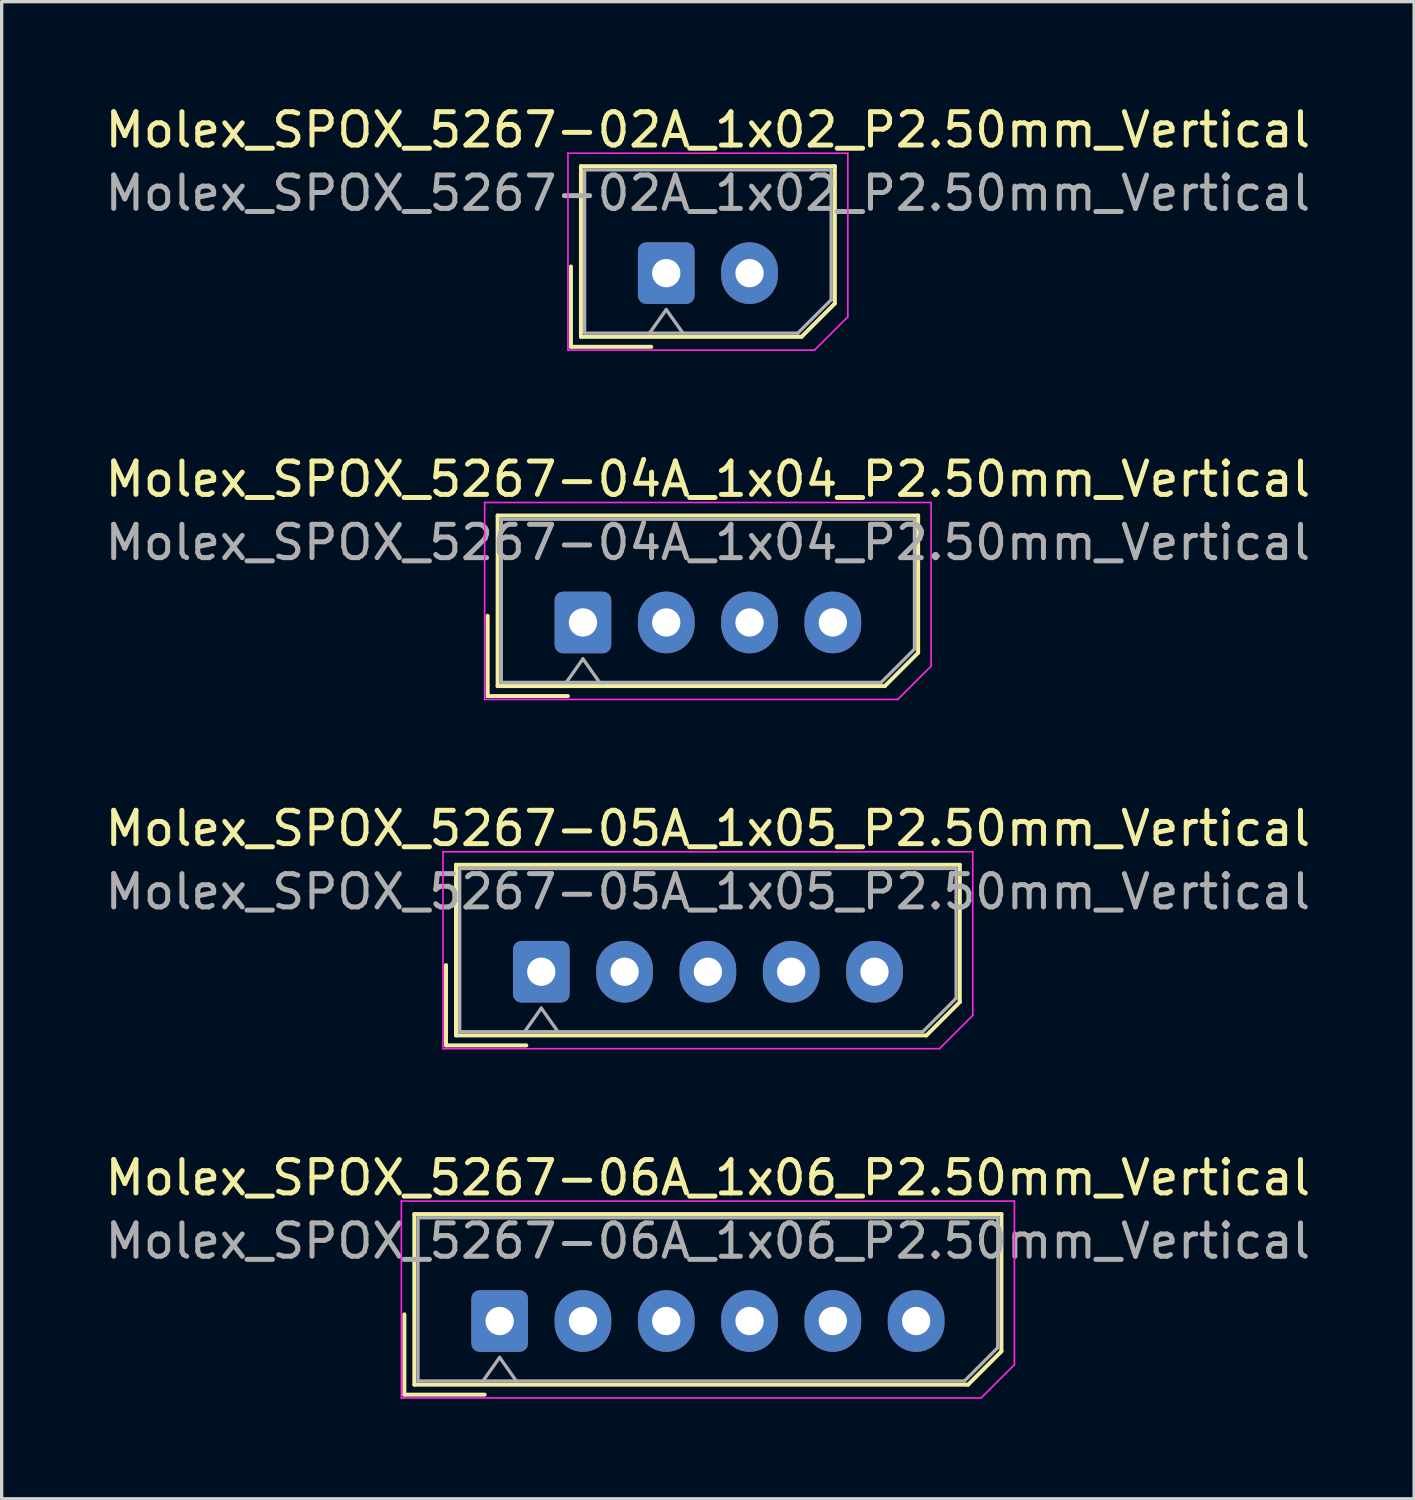
<source format=kicad_pcb>
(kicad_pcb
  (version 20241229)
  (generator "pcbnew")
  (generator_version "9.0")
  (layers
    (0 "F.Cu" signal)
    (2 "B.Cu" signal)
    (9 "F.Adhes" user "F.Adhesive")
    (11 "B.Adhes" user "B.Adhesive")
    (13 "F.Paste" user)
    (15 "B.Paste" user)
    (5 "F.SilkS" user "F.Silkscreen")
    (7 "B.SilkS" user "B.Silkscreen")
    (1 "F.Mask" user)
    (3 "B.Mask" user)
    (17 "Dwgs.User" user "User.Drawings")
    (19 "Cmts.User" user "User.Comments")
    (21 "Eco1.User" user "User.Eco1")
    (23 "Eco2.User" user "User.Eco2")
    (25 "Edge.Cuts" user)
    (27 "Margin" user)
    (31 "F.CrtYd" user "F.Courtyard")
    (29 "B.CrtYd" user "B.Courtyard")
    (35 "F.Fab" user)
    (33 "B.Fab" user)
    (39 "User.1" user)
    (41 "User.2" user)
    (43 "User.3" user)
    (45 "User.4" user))
  (footprint "Molex_SPOX_5267-02A_1x02_P2.50mm_Vertical"
    (layer "F.Cu")
    (at 16.946 5.148)
    (property "Reference" "Molex_SPOX_5267-02A_1x02_P2.50mm_Vertical" (at 1.25 -4.3 0) (layer "F.SilkS") (effects (font (size 1 1) (thickness 0.15))))
    (attr through_hole)
    (fp_line (start -2.86 -0.2) (end -2.86 2.21) (stroke (width 0.12) (type solid)) (layer "F.SilkS"))
    (fp_line (start -2.86 2.21) (end -0.45 2.21) (stroke (width 0.12) (type solid)) (layer "F.SilkS"))
    (fp_line (start -2.56 -3.21) (end -2.56 1.91) (stroke (width 0.12) (type solid)) (layer "F.SilkS"))
    (fp_line (start -2.56 1.91) (end 4.06 1.91) (stroke (width 0.12) (type solid)) (layer "F.SilkS"))
    (fp_line (start 4.06 1.91) (end 5.06 0.91) (stroke (width 0.12) (type solid)) (layer "F.SilkS"))
    (fp_line (start 5.06 -3.21) (end -2.56 -3.21) (stroke (width 0.12) (type solid)) (layer "F.SilkS"))
    (fp_line (start 5.06 0.91) (end 5.06 -3.21) (stroke (width 0.12) (type solid)) (layer "F.SilkS"))
    (fp_line (start -2.95 -3.6) (end -2.95 2.31) (stroke (width 0.05) (type solid)) (layer "F.CrtYd"))
    (fp_line (start -2.95 2.31) (end 4.45 2.31) (stroke (width 0.05) (type solid)) (layer "F.CrtYd"))
    (fp_line (start 4.45 2.31) (end 5.45 1.31) (stroke (width 0.05) (type solid)) (layer "F.CrtYd"))
    (fp_line (start 5.45 -3.6) (end -2.95 -3.6) (stroke (width 0.05) (type solid)) (layer "F.CrtYd"))
    (fp_line (start 5.45 1.31) (end 5.45 -3.6) (stroke (width 0.05) (type solid)) (layer "F.CrtYd"))
    (fp_line (start -2.45 -3.1) (end -2.45 1.8) (stroke (width 0.1) (type solid)) (layer "F.Fab"))
    (fp_line (start -2.45 1.8) (end 3.95 1.8) (stroke (width 0.1) (type solid)) (layer "F.Fab"))
    (fp_line (start -0.5 1.8) (end 0 1.093) (stroke (width 0.1) (type solid)) (layer "F.Fab"))
    (fp_line (start 0 1.093) (end 0.5 1.8) (stroke (width 0.1) (type solid)) (layer "F.Fab"))
    (fp_line (start 3.95 1.8) (end 4.95 0.8) (stroke (width 0.1) (type solid)) (layer "F.Fab"))
    (fp_line (start 4.95 -3.1) (end -2.45 -3.1) (stroke (width 0.1) (type solid)) (layer "F.Fab"))
    (fp_line (start 4.95 0.8) (end 4.95 -3.1) (stroke (width 0.1) (type solid)) (layer "F.Fab"))
    (fp_text user "${REFERENCE}" (at 1.25 -2.4 0) (layer "F.Fab") (effects (font (size 1 1) (thickness 0.15))))
    (pad "1" thru_hole roundrect (at 0 0) (size 1.7 1.85) (drill 0.85) (layers "*.Cu" "*.Mask") (roundrect_rratio 0.147))
    (pad "2" thru_hole oval (at 2.5 0) (size 1.7 1.85) (drill 0.85) (layers "*.Cu" "*.Mask")))
  (footprint "Molex_SPOX_5267-04A_1x04_P2.50mm_Vertical"
    (layer "F.Cu")
    (at 14.446 15.632)
    (property "Reference" "Molex_SPOX_5267-04A_1x04_P2.50mm_Vertical" (at 3.75 -4.3 0) (layer "F.SilkS") (effects (font (size 1 1) (thickness 0.15))))
    (attr through_hole)
    (fp_line (start -2.86 -0.2) (end -2.86 2.21) (stroke (width 0.12) (type solid)) (layer "F.SilkS"))
    (fp_line (start -2.86 2.21) (end -0.45 2.21) (stroke (width 0.12) (type solid)) (layer "F.SilkS"))
    (fp_line (start -2.56 -3.21) (end -2.56 1.91) (stroke (width 0.12) (type solid)) (layer "F.SilkS"))
    (fp_line (start -2.56 1.91) (end 9.06 1.91) (stroke (width 0.12) (type solid)) (layer "F.SilkS"))
    (fp_line (start 9.06 1.91) (end 10.06 0.91) (stroke (width 0.12) (type solid)) (layer "F.SilkS"))
    (fp_line (start 10.06 -3.21) (end -2.56 -3.21) (stroke (width 0.12) (type solid)) (layer "F.SilkS"))
    (fp_line (start 10.06 0.91) (end 10.06 -3.21) (stroke (width 0.12) (type solid)) (layer "F.SilkS"))
    (fp_line (start -2.95 -3.6) (end -2.95 2.31) (stroke (width 0.05) (type solid)) (layer "F.CrtYd"))
    (fp_line (start -2.95 2.31) (end 9.45 2.31) (stroke (width 0.05) (type solid)) (layer "F.CrtYd"))
    (fp_line (start 9.45 2.31) (end 10.45 1.31) (stroke (width 0.05) (type solid)) (layer "F.CrtYd"))
    (fp_line (start 10.45 -3.6) (end -2.95 -3.6) (stroke (width 0.05) (type solid)) (layer "F.CrtYd"))
    (fp_line (start 10.45 1.31) (end 10.45 -3.6) (stroke (width 0.05) (type solid)) (layer "F.CrtYd"))
    (fp_line (start -2.45 -3.1) (end -2.45 1.8) (stroke (width 0.1) (type solid)) (layer "F.Fab"))
    (fp_line (start -2.45 1.8) (end 8.95 1.8) (stroke (width 0.1) (type solid)) (layer "F.Fab"))
    (fp_line (start -0.5 1.8) (end 0 1.093) (stroke (width 0.1) (type solid)) (layer "F.Fab"))
    (fp_line (start 0 1.093) (end 0.5 1.8) (stroke (width 0.1) (type solid)) (layer "F.Fab"))
    (fp_line (start 8.95 1.8) (end 9.95 0.8) (stroke (width 0.1) (type solid)) (layer "F.Fab"))
    (fp_line (start 9.95 -3.1) (end -2.45 -3.1) (stroke (width 0.1) (type solid)) (layer "F.Fab"))
    (fp_line (start 9.95 0.8) (end 9.95 -3.1) (stroke (width 0.1) (type solid)) (layer "F.Fab"))
    (fp_text user "${REFERENCE}" (at 3.75 -2.4 0) (layer "F.Fab") (effects (font (size 1 1) (thickness 0.15))))
    (pad "1" thru_hole roundrect (at 0 0) (size 1.7 1.85) (drill 0.85) (layers "*.Cu" "*.Mask") (roundrect_rratio 0.147))
    (pad "2" thru_hole oval (at 2.5 0) (size 1.7 1.85) (drill 0.85) (layers "*.Cu" "*.Mask"))
    (pad "3" thru_hole oval (at 5 0) (size 1.7 1.85) (drill 0.85) (layers "*.Cu" "*.Mask"))
    (pad "4" thru_hole oval (at 7.5 0) (size 1.7 1.85) (drill 0.85) (layers "*.Cu" "*.Mask")))
  (footprint "Molex_SPOX_5267-05A_1x05_P2.50mm_Vertical"
    (layer "F.Cu")
    (at 13.196 26.115)
    (property "Reference" "Molex_SPOX_5267-05A_1x05_P2.50mm_Vertical" (at 5 -4.3 0) (layer "F.SilkS") (effects (font (size 1 1) (thickness 0.15))))
    (attr through_hole)
    (fp_line (start -2.86 -0.2) (end -2.86 2.21) (stroke (width 0.12) (type solid)) (layer "F.SilkS"))
    (fp_line (start -2.86 2.21) (end -0.45 2.21) (stroke (width 0.12) (type solid)) (layer "F.SilkS"))
    (fp_line (start -2.56 -3.21) (end -2.56 1.91) (stroke (width 0.12) (type solid)) (layer "F.SilkS"))
    (fp_line (start -2.56 1.91) (end 11.56 1.91) (stroke (width 0.12) (type solid)) (layer "F.SilkS"))
    (fp_line (start 11.56 1.91) (end 12.56 0.91) (stroke (width 0.12) (type solid)) (layer "F.SilkS"))
    (fp_line (start 12.56 -3.21) (end -2.56 -3.21) (stroke (width 0.12) (type solid)) (layer "F.SilkS"))
    (fp_line (start 12.56 0.91) (end 12.56 -3.21) (stroke (width 0.12) (type solid)) (layer "F.SilkS"))
    (fp_line (start -2.95 -3.6) (end -2.95 2.31) (stroke (width 0.05) (type solid)) (layer "F.CrtYd"))
    (fp_line (start -2.95 2.31) (end 11.95 2.31) (stroke (width 0.05) (type solid)) (layer "F.CrtYd"))
    (fp_line (start 11.95 2.31) (end 12.95 1.31) (stroke (width 0.05) (type solid)) (layer "F.CrtYd"))
    (fp_line (start 12.95 -3.6) (end -2.95 -3.6) (stroke (width 0.05) (type solid)) (layer "F.CrtYd"))
    (fp_line (start 12.95 1.31) (end 12.95 -3.6) (stroke (width 0.05) (type solid)) (layer "F.CrtYd"))
    (fp_line (start -2.45 -3.1) (end -2.45 1.8) (stroke (width 0.1) (type solid)) (layer "F.Fab"))
    (fp_line (start -2.45 1.8) (end 11.45 1.8) (stroke (width 0.1) (type solid)) (layer "F.Fab"))
    (fp_line (start -0.5 1.8) (end 0 1.093) (stroke (width 0.1) (type solid)) (layer "F.Fab"))
    (fp_line (start 0 1.093) (end 0.5 1.8) (stroke (width 0.1) (type solid)) (layer "F.Fab"))
    (fp_line (start 11.45 1.8) (end 12.45 0.8) (stroke (width 0.1) (type solid)) (layer "F.Fab"))
    (fp_line (start 12.45 -3.1) (end -2.45 -3.1) (stroke (width 0.1) (type solid)) (layer "F.Fab"))
    (fp_line (start 12.45 0.8) (end 12.45 -3.1) (stroke (width 0.1) (type solid)) (layer "F.Fab"))
    (fp_text user "${REFERENCE}" (at 5 -2.4 0) (layer "F.Fab") (effects (font (size 1 1) (thickness 0.15))))
    (pad "1" thru_hole roundrect (at 0 0) (size 1.7 1.85) (drill 0.85) (layers "*.Cu" "*.Mask") (roundrect_rratio 0.147))
    (pad "2" thru_hole oval (at 2.5 0) (size 1.7 1.85) (drill 0.85) (layers "*.Cu" "*.Mask"))
    (pad "3" thru_hole oval (at 5 0) (size 1.7 1.85) (drill 0.85) (layers "*.Cu" "*.Mask"))
    (pad "4" thru_hole oval (at 7.5 0) (size 1.7 1.85) (drill 0.85) (layers "*.Cu" "*.Mask"))
    (pad "5" thru_hole oval (at 10 0) (size 1.7 1.85) (drill 0.85) (layers "*.Cu" "*.Mask")))
  (footprint "Molex_SPOX_5267-06A_1x06_P2.50mm_Vertical"
    (layer "F.Cu")
    (at 11.946 36.598)
    (property "Reference" "Molex_SPOX_5267-06A_1x06_P2.50mm_Vertical" (at 6.25 -4.3 0) (layer "F.SilkS") (effects (font (size 1 1) (thickness 0.15))))
    (attr through_hole)
    (fp_line (start -2.86 -0.2) (end -2.86 2.21) (stroke (width 0.12) (type solid)) (layer "F.SilkS"))
    (fp_line (start -2.86 2.21) (end -0.45 2.21) (stroke (width 0.12) (type solid)) (layer "F.SilkS"))
    (fp_line (start -2.56 -3.21) (end -2.56 1.91) (stroke (width 0.12) (type solid)) (layer "F.SilkS"))
    (fp_line (start -2.56 1.91) (end 14.06 1.91) (stroke (width 0.12) (type solid)) (layer "F.SilkS"))
    (fp_line (start 14.06 1.91) (end 15.06 0.91) (stroke (width 0.12) (type solid)) (layer "F.SilkS"))
    (fp_line (start 15.06 -3.21) (end -2.56 -3.21) (stroke (width 0.12) (type solid)) (layer "F.SilkS"))
    (fp_line (start 15.06 0.91) (end 15.06 -3.21) (stroke (width 0.12) (type solid)) (layer "F.SilkS"))
    (fp_line (start -2.95 -3.6) (end -2.95 2.31) (stroke (width 0.05) (type solid)) (layer "F.CrtYd"))
    (fp_line (start -2.95 2.31) (end 14.45 2.31) (stroke (width 0.05) (type solid)) (layer "F.CrtYd"))
    (fp_line (start 14.45 2.31) (end 15.45 1.31) (stroke (width 0.05) (type solid)) (layer "F.CrtYd"))
    (fp_line (start 15.45 -3.6) (end -2.95 -3.6) (stroke (width 0.05) (type solid)) (layer "F.CrtYd"))
    (fp_line (start 15.45 1.31) (end 15.45 -3.6) (stroke (width 0.05) (type solid)) (layer "F.CrtYd"))
    (fp_line (start -2.45 -3.1) (end -2.45 1.8) (stroke (width 0.1) (type solid)) (layer "F.Fab"))
    (fp_line (start -2.45 1.8) (end 13.95 1.8) (stroke (width 0.1) (type solid)) (layer "F.Fab"))
    (fp_line (start -0.5 1.8) (end 0 1.093) (stroke (width 0.1) (type solid)) (layer "F.Fab"))
    (fp_line (start 0 1.093) (end 0.5 1.8) (stroke (width 0.1) (type solid)) (layer "F.Fab"))
    (fp_line (start 13.95 1.8) (end 14.95 0.8) (stroke (width 0.1) (type solid)) (layer "F.Fab"))
    (fp_line (start 14.95 -3.1) (end -2.45 -3.1) (stroke (width 0.1) (type solid)) (layer "F.Fab"))
    (fp_line (start 14.95 0.8) (end 14.95 -3.1) (stroke (width 0.1) (type solid)) (layer "F.Fab"))
    (fp_text user "${REFERENCE}" (at 6.25 -2.4 0) (layer "F.Fab") (effects (font (size 1 1) (thickness 0.15))))
    (pad "1" thru_hole roundrect (at 0 0) (size 1.7 1.85) (drill 0.85) (layers "*.Cu" "*.Mask") (roundrect_rratio 0.147))
    (pad "2" thru_hole oval (at 2.5 0) (size 1.7 1.85) (drill 0.85) (layers "*.Cu" "*.Mask"))
    (pad "3" thru_hole oval (at 5 0) (size 1.7 1.85) (drill 0.85) (layers "*.Cu" "*.Mask"))
    (pad "4" thru_hole oval (at 7.5 0) (size 1.7 1.85) (drill 0.85) (layers "*.Cu" "*.Mask"))
    (pad "5" thru_hole oval (at 10 0) (size 1.7 1.85) (drill 0.85) (layers "*.Cu" "*.Mask"))
    (pad "6" thru_hole oval (at 12.5 0) (size 1.7 1.85) (drill 0.85) (layers "*.Cu" "*.Mask")))
  (gr_rect
    (start -3 -3)
    (end 39.393 41.933)
    (stroke (width 0.1) (type default))
    (fill no)
    (layer "Edge.Cuts")))
</source>
